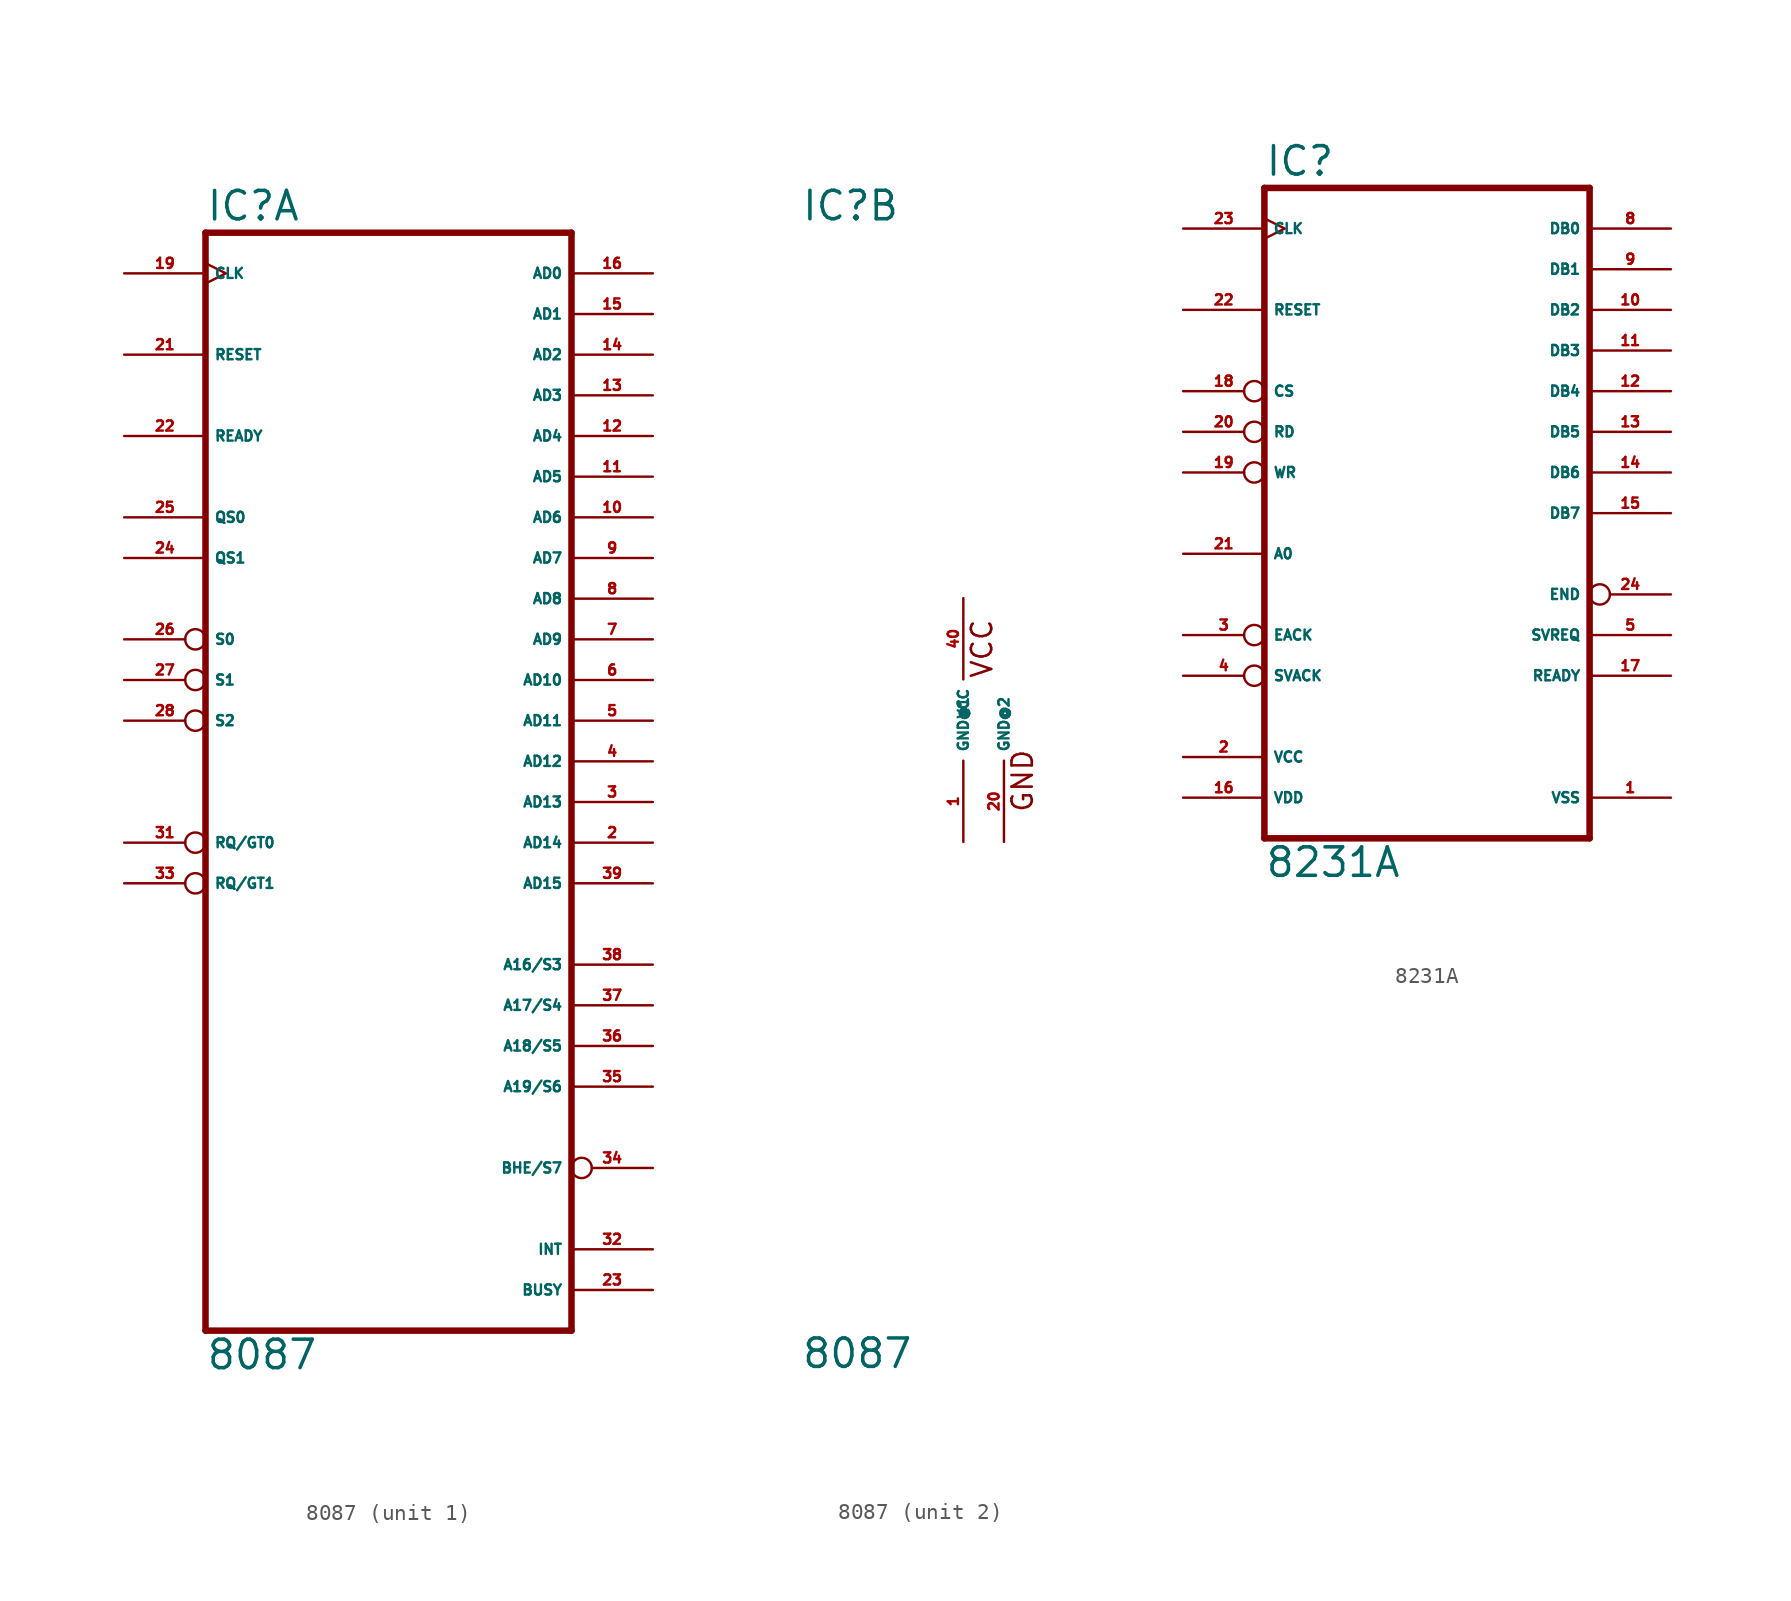
<source format=kicad_sym>
(kicad_symbol_lib
  (version 20220914)
  (generator Eagle2Kicad)
  (symbol "8087"
    (property "Reference" "IC"
      (at -10.16 31.115 0)
      (effects (font (size 1.778 1.778) (thickness 0.22)) (justify left bottom)))
    (property "Value" "8087"
      (at -10.16 -40.64 0)
      (effects (font (size 1.778 1.778) (thickness 0.22)) (justify left bottom)))
    (symbol "8087_1_0"
      (polyline (pts (xy 12.7 30.48) (xy 12.7 -38.1)) (stroke (width 0.406) (type default)) (fill (type none)))
      (polyline (pts (xy -10.16 -38.1) (xy 12.7 -38.1)) (stroke (width 0.406) (type default)) (fill (type none)))
      (polyline (pts (xy -10.16 -38.1) (xy -10.16 30.48)) (stroke (width 0.406) (type default)) (fill (type none)))
      (polyline (pts (xy 12.7 30.48) (xy -10.16 30.48)) (stroke (width 0.406) (type default)) (fill (type none)))
      (pin bidirectional line (at 17.78 -22.86 180) (length 5.08) (name "A19/S6" (effects (font (size 0.635 0.635) (thickness 0.08)) (justify left bottom))) (number "35" (effects (font (size 0.635 0.635) (thickness 0.08)) (justify left bottom))))
      (pin bidirectional line (at 17.78 -20.32 180) (length 5.08) (name "A18/S5" (effects (font (size 0.635 0.635) (thickness 0.08)) (justify left bottom))) (number "36" (effects (font (size 0.635 0.635) (thickness 0.08)) (justify left bottom))))
      (pin bidirectional line (at 17.78 -17.78 180) (length 5.08) (name "A17/S4" (effects (font (size 0.635 0.635) (thickness 0.08)) (justify left bottom))) (number "37" (effects (font (size 0.635 0.635) (thickness 0.08)) (justify left bottom))))
      (pin bidirectional line (at 17.78 -15.24 180) (length 5.08) (name "A16/S3" (effects (font (size 0.635 0.635) (thickness 0.08)) (justify left bottom))) (number "38" (effects (font (size 0.635 0.635) (thickness 0.08)) (justify left bottom))))
      (pin bidirectional line (at 17.78 -10.16 180) (length 5.08) (name "AD15" (effects (font (size 0.635 0.635) (thickness 0.08)) (justify left bottom))) (number "39" (effects (font (size 0.635 0.635) (thickness 0.08)) (justify left bottom))))
      (pin bidirectional line (at 17.78 -7.62 180) (length 5.08) (name "AD14" (effects (font (size 0.635 0.635) (thickness 0.08)) (justify left bottom))) (number "2" (effects (font (size 0.635 0.635) (thickness 0.08)) (justify left bottom))))
      (pin bidirectional line (at 17.78 -5.08 180) (length 5.08) (name "AD13" (effects (font (size 0.635 0.635) (thickness 0.08)) (justify left bottom))) (number "3" (effects (font (size 0.635 0.635) (thickness 0.08)) (justify left bottom))))
      (pin bidirectional line (at 17.78 -2.54 180) (length 5.08) (name "AD12" (effects (font (size 0.635 0.635) (thickness 0.08)) (justify left bottom))) (number "4" (effects (font (size 0.635 0.635) (thickness 0.08)) (justify left bottom))))
      (pin bidirectional line (at 17.78 0 180) (length 5.08) (name "AD11" (effects (font (size 0.635 0.635) (thickness 0.08)) (justify left bottom))) (number "5" (effects (font (size 0.635 0.635) (thickness 0.08)) (justify left bottom))))
      (pin bidirectional line (at 17.78 2.54 180) (length 5.08) (name "AD10" (effects (font (size 0.635 0.635) (thickness 0.08)) (justify left bottom))) (number "6" (effects (font (size 0.635 0.635) (thickness 0.08)) (justify left bottom))))
      (pin bidirectional line (at 17.78 5.08 180) (length 5.08) (name "AD9" (effects (font (size 0.635 0.635) (thickness 0.08)) (justify left bottom))) (number "7" (effects (font (size 0.635 0.635) (thickness 0.08)) (justify left bottom))))
      (pin bidirectional line (at 17.78 7.62 180) (length 5.08) (name "AD8" (effects (font (size 0.635 0.635) (thickness 0.08)) (justify left bottom))) (number "8" (effects (font (size 0.635 0.635) (thickness 0.08)) (justify left bottom))))
      (pin bidirectional line (at 17.78 10.16 180) (length 5.08) (name "AD7" (effects (font (size 0.635 0.635) (thickness 0.08)) (justify left bottom))) (number "9" (effects (font (size 0.635 0.635) (thickness 0.08)) (justify left bottom))))
      (pin bidirectional line (at 17.78 12.7 180) (length 5.08) (name "AD6" (effects (font (size 0.635 0.635) (thickness 0.08)) (justify left bottom))) (number "10" (effects (font (size 0.635 0.635) (thickness 0.08)) (justify left bottom))))
      (pin bidirectional line (at 17.78 15.24 180) (length 5.08) (name "AD5" (effects (font (size 0.635 0.635) (thickness 0.08)) (justify left bottom))) (number "11" (effects (font (size 0.635 0.635) (thickness 0.08)) (justify left bottom))))
      (pin bidirectional line (at 17.78 17.78 180) (length 5.08) (name "AD4" (effects (font (size 0.635 0.635) (thickness 0.08)) (justify left bottom))) (number "12" (effects (font (size 0.635 0.635) (thickness 0.08)) (justify left bottom))))
      (pin bidirectional line (at 17.78 20.32 180) (length 5.08) (name "AD3" (effects (font (size 0.635 0.635) (thickness 0.08)) (justify left bottom))) (number "13" (effects (font (size 0.635 0.635) (thickness 0.08)) (justify left bottom))))
      (pin bidirectional line (at 17.78 22.86 180) (length 5.08) (name "AD2" (effects (font (size 0.635 0.635) (thickness 0.08)) (justify left bottom))) (number "14" (effects (font (size 0.635 0.635) (thickness 0.08)) (justify left bottom))))
      (pin bidirectional line (at 17.78 25.4 180) (length 5.08) (name "AD1" (effects (font (size 0.635 0.635) (thickness 0.08)) (justify left bottom))) (number "15" (effects (font (size 0.635 0.635) (thickness 0.08)) (justify left bottom))))
      (pin bidirectional line (at 17.78 27.94 180) (length 5.08) (name "AD0" (effects (font (size 0.635 0.635) (thickness 0.08)) (justify left bottom))) (number "16" (effects (font (size 0.635 0.635) (thickness 0.08)) (justify left bottom))))
      (pin output line (at 17.78 -33.02 180) (length 5.08) (name "INT" (effects (font (size 0.635 0.635) (thickness 0.08)) (justify left bottom))) (number "32" (effects (font (size 0.635 0.635) (thickness 0.08)) (justify left bottom))))
      (pin output line (at 17.78 -35.56 180) (length 5.08) (name "BUSY" (effects (font (size 0.635 0.635) (thickness 0.08)) (justify left bottom))) (number "23" (effects (font (size 0.635 0.635) (thickness 0.08)) (justify left bottom))))
      (pin input clock (at -15.24 27.94 0) (length 5.08) (name "CLK" (effects (font (size 0.635 0.635) (thickness 0.08)) (justify left bottom))) (number "19" (effects (font (size 0.635 0.635) (thickness 0.08)) (justify left bottom))))
      (pin input line (at -15.24 22.86 0) (length 5.08) (name "RESET" (effects (font (size 0.635 0.635) (thickness 0.08)) (justify left bottom))) (number "21" (effects (font (size 0.635 0.635) (thickness 0.08)) (justify left bottom))))
      (pin input line (at -15.24 17.78 0) (length 5.08) (name "READY" (effects (font (size 0.635 0.635) (thickness 0.08)) (justify left bottom))) (number "22" (effects (font (size 0.635 0.635) (thickness 0.08)) (justify left bottom))))
      (pin bidirectional inverted (at 17.78 -27.94 180) (length 5.08) (name "BHE/S7" (effects (font (size 0.635 0.635) (thickness 0.08)) (justify left bottom))) (number "34" (effects (font (size 0.635 0.635) (thickness 0.08)) (justify left bottom))))
      (pin bidirectional inverted (at -15.24 0 0) (length 5.08) (name "S2" (effects (font (size 0.635 0.635) (thickness 0.08)) (justify left bottom))) (number "28" (effects (font (size 0.635 0.635) (thickness 0.08)) (justify left bottom))))
      (pin bidirectional inverted (at -15.24 2.54 0) (length 5.08) (name "S1" (effects (font (size 0.635 0.635) (thickness 0.08)) (justify left bottom))) (number "27" (effects (font (size 0.635 0.635) (thickness 0.08)) (justify left bottom))))
      (pin bidirectional inverted (at -15.24 5.08 0) (length 5.08) (name "S0" (effects (font (size 0.635 0.635) (thickness 0.08)) (justify left bottom))) (number "26" (effects (font (size 0.635 0.635) (thickness 0.08)) (justify left bottom))))
      (pin bidirectional inverted (at -15.24 -7.62 0) (length 5.08) (name "RQ/GT0" (effects (font (size 0.635 0.635) (thickness 0.08)) (justify left bottom))) (number "31" (effects (font (size 0.635 0.635) (thickness 0.08)) (justify left bottom))))
      (pin input line (at -15.24 12.7 0) (length 5.08) (name "QS0" (effects (font (size 0.635 0.635) (thickness 0.08)) (justify left bottom))) (number "25" (effects (font (size 0.635 0.635) (thickness 0.08)) (justify left bottom))))
      (pin bidirectional inverted (at -15.24 -10.16 0) (length 5.08) (name "RQ/GT1" (effects (font (size 0.635 0.635) (thickness 0.08)) (justify left bottom))) (number "33" (effects (font (size 0.635 0.635) (thickness 0.08)) (justify left bottom))))
      (pin input line (at -15.24 10.16 0) (length 5.08) (name "QS1" (effects (font (size 0.635 0.635) (thickness 0.08)) (justify left bottom))) (number "24" (effects (font (size 0.635 0.635) (thickness 0.08)) (justify left bottom)))))
    (symbol "8087_2_0"
      (text "VCC" (at 1.905 2.54 900) (effects (font (size 1.27 1.27) (thickness 0.16)) (justify left bottom)))
      (text "GND" (at 4.445 -5.842 900) (effects (font (size 1.27 1.27) (thickness 0.16)) (justify left bottom)))
      (pin unspecified line (at 0 7.62 270) (length 5.08) (name "VCC" (effects (font (size 0.635 0.635) (thickness 0.08)) (justify left bottom))) (number "40" (effects (font (size 0.635 0.635) (thickness 0.08)) (justify left bottom))))
      (pin unspecified line (at 0 -7.62 90) (length 5.08) (name "GND@1" (effects (font (size 0.635 0.635) (thickness 0.08)) (justify left bottom))) (number "1" (effects (font (size 0.635 0.635) (thickness 0.08)) (justify left bottom))))
      (pin unspecified line (at 2.54 -7.62 90) (length 5.08) (name "GND@2" (effects (font (size 0.635 0.635) (thickness 0.08)) (justify left bottom))) (number "20" (effects (font (size 0.635 0.635) (thickness 0.08)) (justify left bottom))))))
  (symbol "8231A"
    (property "Reference" "IC"
      (at -10.16 18.415 0)
      (effects (font (size 1.778 1.778) (thickness 0.22)) (justify left bottom)))
    (property "Value" "8231A"
      (at -10.16 -25.4 0)
      (effects (font (size 1.778 1.778) (thickness 0.22)) (justify left bottom)))
    (polyline
      (pts (xy -10.16 -22.86) (xy 10.16 -22.86))
      (stroke (width 0.406) (type default))
      (fill (type none)))
    (polyline
      (pts (xy 10.16 17.78) (xy 10.16 -22.86))
      (stroke (width 0.406) (type default))
      (fill (type none)))
    (polyline
      (pts (xy 10.16 17.78) (xy -10.16 17.78))
      (stroke (width 0.406) (type default))
      (fill (type none)))
    (polyline
      (pts (xy -10.16 -22.86) (xy -10.16 17.78))
      (stroke (width 0.406) (type default))
      (fill (type none)))
    (pin input clock
      (at -15.24 15.24 0)
      (length 5.08)
      (name "CLK" (effects (font (size 0.635 0.635) (thickness 0.08)) (justify left bottom)))
      (number "23" (effects (font (size 0.635 0.635) (thickness 0.08)) (justify left bottom))))
    (pin input line
      (at -15.24 10.16 0)
      (length 5.08)
      (name "RESET" (effects (font (size 0.635 0.635) (thickness 0.08)) (justify left bottom)))
      (number "22" (effects (font (size 0.635 0.635) (thickness 0.08)) (justify left bottom))))
    (pin input inverted
      (at -15.24 5.08 0)
      (length 5.08)
      (name "CS" (effects (font (size 0.635 0.635) (thickness 0.08)) (justify left bottom)))
      (number "18" (effects (font (size 0.635 0.635) (thickness 0.08)) (justify left bottom))))
    (pin input inverted
      (at -15.24 0 0)
      (length 5.08)
      (name "WR" (effects (font (size 0.635 0.635) (thickness 0.08)) (justify left bottom)))
      (number "19" (effects (font (size 0.635 0.635) (thickness 0.08)) (justify left bottom))))
    (pin input inverted
      (at -15.24 2.54 0)
      (length 5.08)
      (name "RD" (effects (font (size 0.635 0.635) (thickness 0.08)) (justify left bottom)))
      (number "20" (effects (font (size 0.635 0.635) (thickness 0.08)) (justify left bottom))))
    (pin input line
      (at -15.24 -5.08 0)
      (length 5.08)
      (name "A0" (effects (font (size 0.635 0.635) (thickness 0.08)) (justify left bottom)))
      (number "21" (effects (font (size 0.635 0.635) (thickness 0.08)) (justify left bottom))))
    (pin input inverted
      (at -15.24 -10.16 0)
      (length 5.08)
      (name "EACK" (effects (font (size 0.635 0.635) (thickness 0.08)) (justify left bottom)))
      (number "3" (effects (font (size 0.635 0.635) (thickness 0.08)) (justify left bottom))))
    (pin bidirectional line
      (at 15.24 15.24 180)
      (length 5.08)
      (name "DB0" (effects (font (size 0.635 0.635) (thickness 0.08)) (justify left bottom)))
      (number "8" (effects (font (size 0.635 0.635) (thickness 0.08)) (justify left bottom))))
    (pin bidirectional line
      (at 15.24 12.7 180)
      (length 5.08)
      (name "DB1" (effects (font (size 0.635 0.635) (thickness 0.08)) (justify left bottom)))
      (number "9" (effects (font (size 0.635 0.635) (thickness 0.08)) (justify left bottom))))
    (pin bidirectional line
      (at 15.24 10.16 180)
      (length 5.08)
      (name "DB2" (effects (font (size 0.635 0.635) (thickness 0.08)) (justify left bottom)))
      (number "10" (effects (font (size 0.635 0.635) (thickness 0.08)) (justify left bottom))))
    (pin bidirectional line
      (at 15.24 7.62 180)
      (length 5.08)
      (name "DB3" (effects (font (size 0.635 0.635) (thickness 0.08)) (justify left bottom)))
      (number "11" (effects (font (size 0.635 0.635) (thickness 0.08)) (justify left bottom))))
    (pin bidirectional line
      (at 15.24 5.08 180)
      (length 5.08)
      (name "DB4" (effects (font (size 0.635 0.635) (thickness 0.08)) (justify left bottom)))
      (number "12" (effects (font (size 0.635 0.635) (thickness 0.08)) (justify left bottom))))
    (pin bidirectional line
      (at 15.24 2.54 180)
      (length 5.08)
      (name "DB5" (effects (font (size 0.635 0.635) (thickness 0.08)) (justify left bottom)))
      (number "13" (effects (font (size 0.635 0.635) (thickness 0.08)) (justify left bottom))))
    (pin bidirectional line
      (at 15.24 0 180)
      (length 5.08)
      (name "DB6" (effects (font (size 0.635 0.635) (thickness 0.08)) (justify left bottom)))
      (number "14" (effects (font (size 0.635 0.635) (thickness 0.08)) (justify left bottom))))
    (pin bidirectional line
      (at 15.24 -2.54 180)
      (length 5.08)
      (name "DB7" (effects (font (size 0.635 0.635) (thickness 0.08)) (justify left bottom)))
      (number "15" (effects (font (size 0.635 0.635) (thickness 0.08)) (justify left bottom))))
    (pin output line
      (at 15.24 -12.7 180)
      (length 5.08)
      (name "READY" (effects (font (size 0.635 0.635) (thickness 0.08)) (justify left bottom)))
      (number "17" (effects (font (size 0.635 0.635) (thickness 0.08)) (justify left bottom))))
    (pin output inverted
      (at 15.24 -7.62 180)
      (length 5.08)
      (name "END" (effects (font (size 0.635 0.635) (thickness 0.08)) (justify left bottom)))
      (number "24" (effects (font (size 0.635 0.635) (thickness 0.08)) (justify left bottom))))
    (pin output line
      (at 15.24 -10.16 180)
      (length 5.08)
      (name "SVREQ" (effects (font (size 0.635 0.635) (thickness 0.08)) (justify left bottom)))
      (number "5" (effects (font (size 0.635 0.635) (thickness 0.08)) (justify left bottom))))
    (pin input inverted
      (at -15.24 -12.7 0)
      (length 5.08)
      (name "SVACK" (effects (font (size 0.635 0.635) (thickness 0.08)) (justify left bottom)))
      (number "4" (effects (font (size 0.635 0.635) (thickness 0.08)) (justify left bottom))))
    (pin unspecified line
      (at -15.24 -17.78 0)
      (length 5.08)
      (name "VCC" (effects (font (size 0.635 0.635) (thickness 0.08)) (justify left bottom)))
      (number "2" (effects (font (size 0.635 0.635) (thickness 0.08)) (justify left bottom))))
    (pin unspecified line
      (at -15.24 -20.32 0)
      (length 5.08)
      (name "VDD" (effects (font (size 0.635 0.635) (thickness 0.08)) (justify left bottom)))
      (number "16" (effects (font (size 0.635 0.635) (thickness 0.08)) (justify left bottom))))
    (pin unspecified line
      (at 15.24 -20.32 180)
      (length 5.08)
      (name "VSS" (effects (font (size 0.635 0.635) (thickness 0.08)) (justify left bottom)))
      (number "1" (effects (font (size 0.635 0.635) (thickness 0.08)) (justify left bottom))))))
</source>
